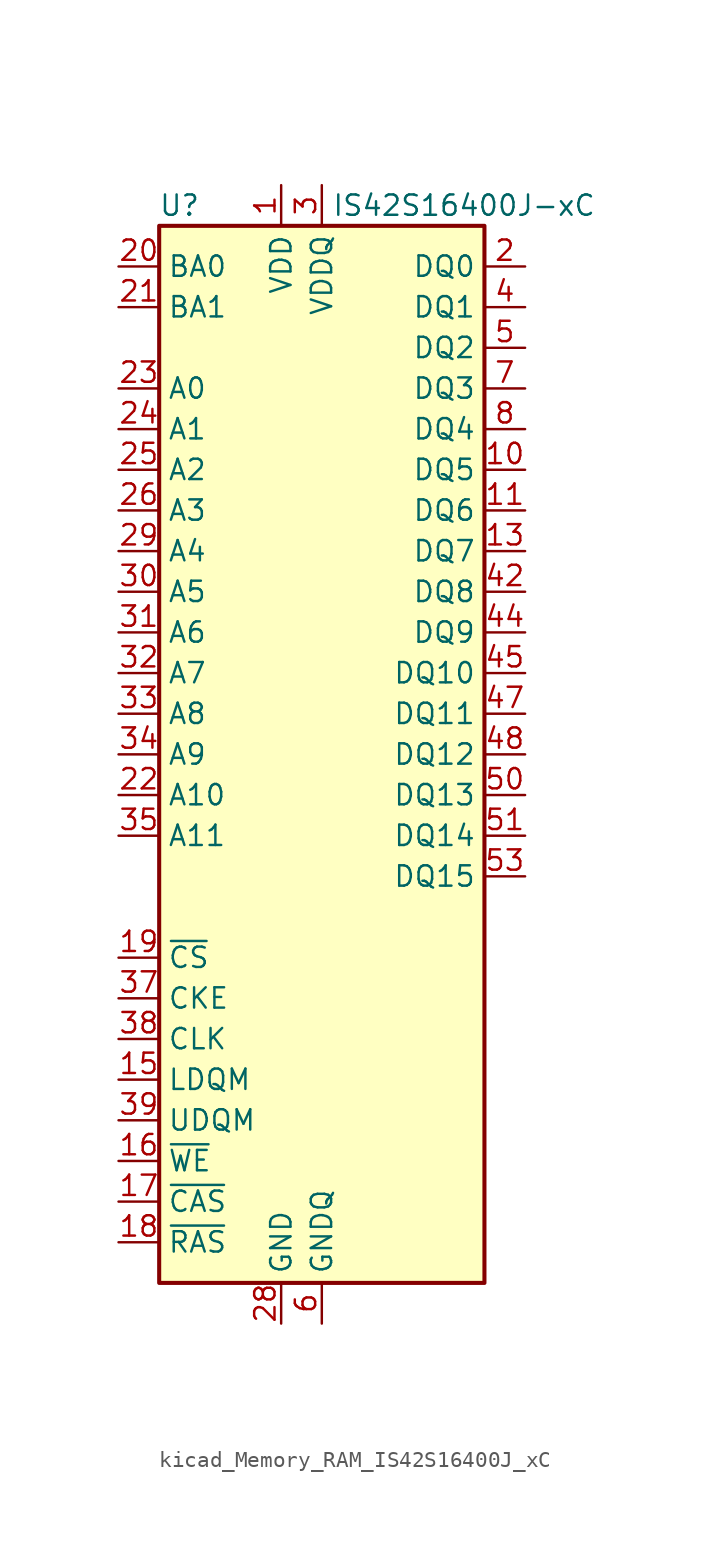
<source format=kicad_sym>
(kicad_symbol_lib
  (version 20220914)
  (generator kicad_symbol_editor)
  (symbol "kicad_Memory_RAM_IS42S16400J_xC"
    (property "Reference" "U"
      (at -8.89 34.29 0)
      (effects (font (size 1.27 1.27))))
    (property "Value" "IS42S16400J-xC"
      (at 8.89 34.29 0)
      (effects (font (size 1.27 1.27))))
    (symbol "kicad_Memory_RAM_IS42S16400J_xC_1_1"
      (rectangle (start -10.16 33.02) (end 10.16 -33.02) (stroke (width 0.254) (type default)) (fill (type background)))
      (pin power_in line (at -2.54 35.56 270) (length 2.54) (name "VDD" (effects (font (size 1.27 1.27)))) (number "1" (effects (font (size 1.27 1.27)))))
      (pin bidirectional line (at 12.7 17.78 180) (length 2.54) (name "DQ5" (effects (font (size 1.27 1.27)))) (number "10" (effects (font (size 1.27 1.27)))))
      (pin bidirectional line (at 12.7 15.24 180) (length 2.54) (name "DQ6" (effects (font (size 1.27 1.27)))) (number "11" (effects (font (size 1.27 1.27)))))
      (pin passive line (at 0 -35.56 90) (length 2.54) hide (name "GNDQ" (effects (font (size 1.27 1.27)))) (number "12" (effects (font (size 1.27 1.27)))))
      (pin bidirectional line (at 12.7 12.7 180) (length 2.54) (name "DQ7" (effects (font (size 1.27 1.27)))) (number "13" (effects (font (size 1.27 1.27)))))
      (pin passive line (at -2.54 35.56 270) (length 2.54) hide (name "VDD" (effects (font (size 1.27 1.27)))) (number "14" (effects (font (size 1.27 1.27)))))
      (pin input line (at -12.7 -20.32 0) (length 2.54) (name "LDQM" (effects (font (size 1.27 1.27)))) (number "15" (effects (font (size 1.27 1.27)))))
      (pin input line (at -12.7 -25.4 0) (length 2.54) (name "~{WE}" (effects (font (size 1.27 1.27)))) (number "16" (effects (font (size 1.27 1.27)))))
      (pin input line (at -12.7 -27.94 0) (length 2.54) (name "~{CAS}" (effects (font (size 1.27 1.27)))) (number "17" (effects (font (size 1.27 1.27)))))
      (pin input line (at -12.7 -30.48 0) (length 2.54) (name "~{RAS}" (effects (font (size 1.27 1.27)))) (number "18" (effects (font (size 1.27 1.27)))))
      (pin input line (at -12.7 -12.7 0) (length 2.54) (name "~{CS}" (effects (font (size 1.27 1.27)))) (number "19" (effects (font (size 1.27 1.27)))))
      (pin bidirectional line (at 12.7 30.48 180) (length 2.54) (name "DQ0" (effects (font (size 1.27 1.27)))) (number "2" (effects (font (size 1.27 1.27)))))
      (pin input line (at -12.7 30.48 0) (length 2.54) (name "BA0" (effects (font (size 1.27 1.27)))) (number "20" (effects (font (size 1.27 1.27)))))
      (pin input line (at -12.7 27.94 0) (length 2.54) (name "BA1" (effects (font (size 1.27 1.27)))) (number "21" (effects (font (size 1.27 1.27)))))
      (pin input line (at -12.7 -2.54 0) (length 2.54) (name "A10" (effects (font (size 1.27 1.27)))) (number "22" (effects (font (size 1.27 1.27)))))
      (pin input line (at -12.7 22.86 0) (length 2.54) (name "A0" (effects (font (size 1.27 1.27)))) (number "23" (effects (font (size 1.27 1.27)))))
      (pin input line (at -12.7 20.32 0) (length 2.54) (name "A1" (effects (font (size 1.27 1.27)))) (number "24" (effects (font (size 1.27 1.27)))))
      (pin input line (at -12.7 17.78 0) (length 2.54) (name "A2" (effects (font (size 1.27 1.27)))) (number "25" (effects (font (size 1.27 1.27)))))
      (pin input line (at -12.7 15.24 0) (length 2.54) (name "A3" (effects (font (size 1.27 1.27)))) (number "26" (effects (font (size 1.27 1.27)))))
      (pin passive line (at -2.54 35.56 270) (length 2.54) hide (name "VDD" (effects (font (size 1.27 1.27)))) (number "27" (effects (font (size 1.27 1.27)))))
      (pin power_in line (at -2.54 -35.56 90) (length 2.54) (name "GND" (effects (font (size 1.27 1.27)))) (number "28" (effects (font (size 1.27 1.27)))))
      (pin input line (at -12.7 12.7 0) (length 2.54) (name "A4" (effects (font (size 1.27 1.27)))) (number "29" (effects (font (size 1.27 1.27)))))
      (pin power_in line (at 0 35.56 270) (length 2.54) (name "VDDQ" (effects (font (size 1.27 1.27)))) (number "3" (effects (font (size 1.27 1.27)))))
      (pin input line (at -12.7 10.16 0) (length 2.54) (name "A5" (effects (font (size 1.27 1.27)))) (number "30" (effects (font (size 1.27 1.27)))))
      (pin input line (at -12.7 7.62 0) (length 2.54) (name "A6" (effects (font (size 1.27 1.27)))) (number "31" (effects (font (size 1.27 1.27)))))
      (pin input line (at -12.7 5.08 0) (length 2.54) (name "A7" (effects (font (size 1.27 1.27)))) (number "32" (effects (font (size 1.27 1.27)))))
      (pin input line (at -12.7 2.54 0) (length 2.54) (name "A8" (effects (font (size 1.27 1.27)))) (number "33" (effects (font (size 1.27 1.27)))))
      (pin input line (at -12.7 0 0) (length 2.54) (name "A9" (effects (font (size 1.27 1.27)))) (number "34" (effects (font (size 1.27 1.27)))))
      (pin input line (at -12.7 -5.08 0) (length 2.54) (name "A11" (effects (font (size 1.27 1.27)))) (number "35" (effects (font (size 1.27 1.27)))))
      (pin no_connect line (at 10.16 -17.78 180) (length 2.54) hide (name "NC" (effects (font (size 1.27 1.27)))) (number "36" (effects (font (size 1.27 1.27)))))
      (pin input line (at -12.7 -15.24 0) (length 2.54) (name "CKE" (effects (font (size 1.27 1.27)))) (number "37" (effects (font (size 1.27 1.27)))))
      (pin input line (at -12.7 -17.78 0) (length 2.54) (name "CLK" (effects (font (size 1.27 1.27)))) (number "38" (effects (font (size 1.27 1.27)))))
      (pin input line (at -12.7 -22.86 0) (length 2.54) (name "UDQM" (effects (font (size 1.27 1.27)))) (number "39" (effects (font (size 1.27 1.27)))))
      (pin bidirectional line (at 12.7 27.94 180) (length 2.54) (name "DQ1" (effects (font (size 1.27 1.27)))) (number "4" (effects (font (size 1.27 1.27)))))
      (pin no_connect line (at 10.16 -20.32 180) (length 2.54) hide (name "NC" (effects (font (size 1.27 1.27)))) (number "40" (effects (font (size 1.27 1.27)))))
      (pin passive line (at -2.54 -35.56 90) (length 2.54) hide (name "GND" (effects (font (size 1.27 1.27)))) (number "41" (effects (font (size 1.27 1.27)))))
      (pin bidirectional line (at 12.7 10.16 180) (length 2.54) (name "DQ8" (effects (font (size 1.27 1.27)))) (number "42" (effects (font (size 1.27 1.27)))))
      (pin passive line (at 0 35.56 270) (length 2.54) hide (name "VDDQ" (effects (font (size 1.27 1.27)))) (number "43" (effects (font (size 1.27 1.27)))))
      (pin bidirectional line (at 12.7 7.62 180) (length 2.54) (name "DQ9" (effects (font (size 1.27 1.27)))) (number "44" (effects (font (size 1.27 1.27)))))
      (pin bidirectional line (at 12.7 5.08 180) (length 2.54) (name "DQ10" (effects (font (size 1.27 1.27)))) (number "45" (effects (font (size 1.27 1.27)))))
      (pin passive line (at 0 -35.56 90) (length 2.54) hide (name "GNDQ" (effects (font (size 1.27 1.27)))) (number "46" (effects (font (size 1.27 1.27)))))
      (pin bidirectional line (at 12.7 2.54 180) (length 2.54) (name "DQ11" (effects (font (size 1.27 1.27)))) (number "47" (effects (font (size 1.27 1.27)))))
      (pin bidirectional line (at 12.7 0 180) (length 2.54) (name "DQ12" (effects (font (size 1.27 1.27)))) (number "48" (effects (font (size 1.27 1.27)))))
      (pin passive line (at 0 35.56 270) (length 2.54) hide (name "VDDQ" (effects (font (size 1.27 1.27)))) (number "49" (effects (font (size 1.27 1.27)))))
      (pin bidirectional line (at 12.7 25.4 180) (length 2.54) (name "DQ2" (effects (font (size 1.27 1.27)))) (number "5" (effects (font (size 1.27 1.27)))))
      (pin bidirectional line (at 12.7 -2.54 180) (length 2.54) (name "DQ13" (effects (font (size 1.27 1.27)))) (number "50" (effects (font (size 1.27 1.27)))))
      (pin bidirectional line (at 12.7 -5.08 180) (length 2.54) (name "DQ14" (effects (font (size 1.27 1.27)))) (number "51" (effects (font (size 1.27 1.27)))))
      (pin passive line (at 0 -35.56 90) (length 2.54) hide (name "GNDQ" (effects (font (size 1.27 1.27)))) (number "52" (effects (font (size 1.27 1.27)))))
      (pin bidirectional line (at 12.7 -7.62 180) (length 2.54) (name "DQ15" (effects (font (size 1.27 1.27)))) (number "53" (effects (font (size 1.27 1.27)))))
      (pin passive line (at -2.54 -35.56 90) (length 2.54) hide (name "GND" (effects (font (size 1.27 1.27)))) (number "54" (effects (font (size 1.27 1.27)))))
      (pin power_in line (at 0 -35.56 90) (length 2.54) (name "GNDQ" (effects (font (size 1.27 1.27)))) (number "6" (effects (font (size 1.27 1.27)))))
      (pin bidirectional line (at 12.7 22.86 180) (length 2.54) (name "DQ3" (effects (font (size 1.27 1.27)))) (number "7" (effects (font (size 1.27 1.27)))))
      (pin bidirectional line (at 12.7 20.32 180) (length 2.54) (name "DQ4" (effects (font (size 1.27 1.27)))) (number "8" (effects (font (size 1.27 1.27)))))
      (pin passive line (at 0 35.56 270) (length 2.54) hide (name "VDDQ" (effects (font (size 1.27 1.27)))) (number "9" (effects (font (size 1.27 1.27))))))))
</source>
